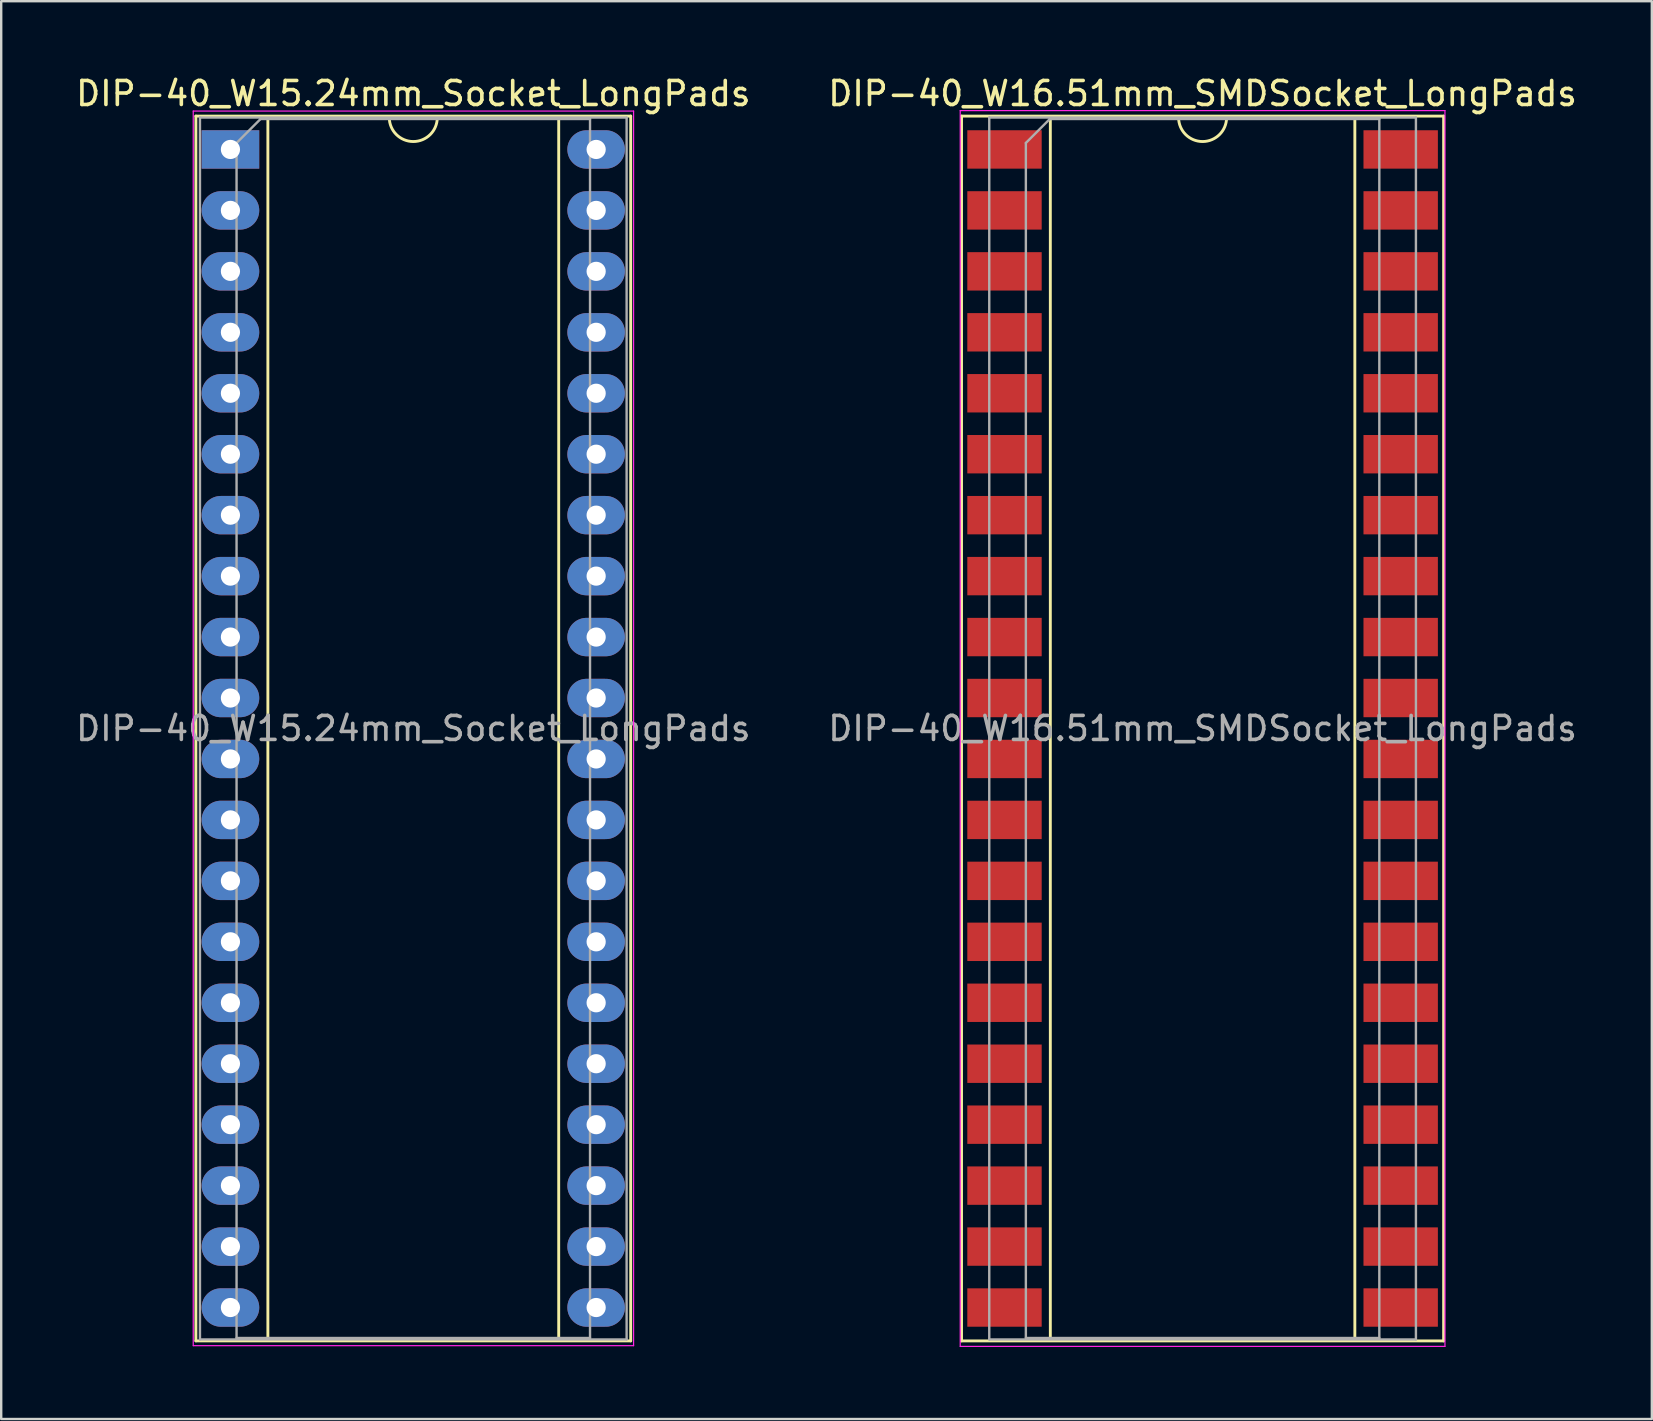
<source format=kicad_pcb>
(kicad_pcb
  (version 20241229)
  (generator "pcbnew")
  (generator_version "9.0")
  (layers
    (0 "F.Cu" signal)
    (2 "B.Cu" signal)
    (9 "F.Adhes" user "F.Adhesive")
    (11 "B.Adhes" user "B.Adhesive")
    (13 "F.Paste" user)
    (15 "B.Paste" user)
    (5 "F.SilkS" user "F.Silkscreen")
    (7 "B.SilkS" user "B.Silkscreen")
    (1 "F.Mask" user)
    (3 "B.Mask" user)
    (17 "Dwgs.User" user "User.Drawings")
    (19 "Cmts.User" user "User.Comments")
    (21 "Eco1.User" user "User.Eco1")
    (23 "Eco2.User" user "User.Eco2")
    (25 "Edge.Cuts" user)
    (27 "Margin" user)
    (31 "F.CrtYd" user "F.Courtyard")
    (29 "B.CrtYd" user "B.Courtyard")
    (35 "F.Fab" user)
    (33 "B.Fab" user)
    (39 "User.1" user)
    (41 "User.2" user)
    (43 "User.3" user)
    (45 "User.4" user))
  (footprint "DIP-40_W16.51mm_SMDSocket_LongPads"
    (layer "F.Cu")
    (at 47.065 27.308)
    (property "Reference" "DIP-40_W16.51mm_SMDSocket_LongPads" (at 0 -26.46 0) (layer "F.SilkS") (effects (font (size 1 1) (thickness 0.15))))
    (attr smd)
    (fp_line (start -10.045 -25.52) (end -10.045 25.52) (stroke (width 0.12) (type solid)) (layer "F.SilkS"))
    (fp_line (start -10.045 25.52) (end 10.045 25.52) (stroke (width 0.12) (type solid)) (layer "F.SilkS"))
    (fp_line (start -6.345 -25.46) (end -6.345 25.46) (stroke (width 0.12) (type solid)) (layer "F.SilkS"))
    (fp_line (start -6.345 25.46) (end 6.345 25.46) (stroke (width 0.12) (type solid)) (layer "F.SilkS"))
    (fp_line (start -1 -25.46) (end -6.345 -25.46) (stroke (width 0.12) (type solid)) (layer "F.SilkS"))
    (fp_line (start 6.345 -25.46) (end 1 -25.46) (stroke (width 0.12) (type solid)) (layer "F.SilkS"))
    (fp_line (start 6.345 25.46) (end 6.345 -25.46) (stroke (width 0.12) (type solid)) (layer "F.SilkS"))
    (fp_line (start 10.045 -25.52) (end -10.045 -25.52) (stroke (width 0.12) (type solid)) (layer "F.SilkS"))
    (fp_line (start 10.045 25.52) (end 10.045 -25.52) (stroke (width 0.12) (type solid)) (layer "F.SilkS"))
    (fp_arc (start 1 -25.46) (mid 0 -24.46) (end -1 -25.46) (stroke (width 0.12) (type solid)) (layer "F.SilkS"))
    (fp_line (start -10.1 -25.75) (end -10.1 25.75) (stroke (width 0.05) (type solid)) (layer "F.CrtYd"))
    (fp_line (start -10.1 25.75) (end 10.1 25.75) (stroke (width 0.05) (type solid)) (layer "F.CrtYd"))
    (fp_line (start 10.1 -25.75) (end -10.1 -25.75) (stroke (width 0.05) (type solid)) (layer "F.CrtYd"))
    (fp_line (start 10.1 25.75) (end 10.1 -25.75) (stroke (width 0.05) (type solid)) (layer "F.CrtYd"))
    (fp_line (start -8.89 -25.46) (end -8.89 25.46) (stroke (width 0.1) (type solid)) (layer "F.Fab"))
    (fp_line (start -8.89 25.46) (end 8.89 25.46) (stroke (width 0.1) (type solid)) (layer "F.Fab"))
    (fp_line (start -7.365 -24.4) (end -6.365 -25.4) (stroke (width 0.1) (type solid)) (layer "F.Fab"))
    (fp_line (start -7.365 25.4) (end -7.365 -24.4) (stroke (width 0.1) (type solid)) (layer "F.Fab"))
    (fp_line (start -6.365 -25.4) (end 7.365 -25.4) (stroke (width 0.1) (type solid)) (layer "F.Fab"))
    (fp_line (start 7.365 -25.4) (end 7.365 25.4) (stroke (width 0.1) (type solid)) (layer "F.Fab"))
    (fp_line (start 7.365 25.4) (end -7.365 25.4) (stroke (width 0.1) (type solid)) (layer "F.Fab"))
    (fp_line (start 8.89 -25.46) (end -8.89 -25.46) (stroke (width 0.1) (type solid)) (layer "F.Fab"))
    (fp_line (start 8.89 25.46) (end 8.89 -25.46) (stroke (width 0.1) (type solid)) (layer "F.Fab"))
    (fp_text user "${REFERENCE}" (at 0 0 0) (layer "F.Fab") (effects (font (size 1 1) (thickness 0.15))))
    (pad "1" smd rect (at -8.255 -24.13) (size 3.1 1.6) (layers "F.Cu" "F.Mask" "F.Paste"))
    (pad "2" smd rect (at -8.255 -21.59) (size 3.1 1.6) (layers "F.Cu" "F.Mask" "F.Paste"))
    (pad "3" smd rect (at -8.255 -19.05) (size 3.1 1.6) (layers "F.Cu" "F.Mask" "F.Paste"))
    (pad "4" smd rect (at -8.255 -16.51) (size 3.1 1.6) (layers "F.Cu" "F.Mask" "F.Paste"))
    (pad "5" smd rect (at -8.255 -13.97) (size 3.1 1.6) (layers "F.Cu" "F.Mask" "F.Paste"))
    (pad "6" smd rect (at -8.255 -11.43) (size 3.1 1.6) (layers "F.Cu" "F.Mask" "F.Paste"))
    (pad "7" smd rect (at -8.255 -8.89) (size 3.1 1.6) (layers "F.Cu" "F.Mask" "F.Paste"))
    (pad "8" smd rect (at -8.255 -6.35) (size 3.1 1.6) (layers "F.Cu" "F.Mask" "F.Paste"))
    (pad "9" smd rect (at -8.255 -3.81) (size 3.1 1.6) (layers "F.Cu" "F.Mask" "F.Paste"))
    (pad "10" smd rect (at -8.255 -1.27) (size 3.1 1.6) (layers "F.Cu" "F.Mask" "F.Paste"))
    (pad "11" smd rect (at -8.255 1.27) (size 3.1 1.6) (layers "F.Cu" "F.Mask" "F.Paste"))
    (pad "12" smd rect (at -8.255 3.81) (size 3.1 1.6) (layers "F.Cu" "F.Mask" "F.Paste"))
    (pad "13" smd rect (at -8.255 6.35) (size 3.1 1.6) (layers "F.Cu" "F.Mask" "F.Paste"))
    (pad "14" smd rect (at -8.255 8.89) (size 3.1 1.6) (layers "F.Cu" "F.Mask" "F.Paste"))
    (pad "15" smd rect (at -8.255 11.43) (size 3.1 1.6) (layers "F.Cu" "F.Mask" "F.Paste"))
    (pad "16" smd rect (at -8.255 13.97) (size 3.1 1.6) (layers "F.Cu" "F.Mask" "F.Paste"))
    (pad "17" smd rect (at -8.255 16.51) (size 3.1 1.6) (layers "F.Cu" "F.Mask" "F.Paste"))
    (pad "18" smd rect (at -8.255 19.05) (size 3.1 1.6) (layers "F.Cu" "F.Mask" "F.Paste"))
    (pad "19" smd rect (at -8.255 21.59) (size 3.1 1.6) (layers "F.Cu" "F.Mask" "F.Paste"))
    (pad "20" smd rect (at -8.255 24.13) (size 3.1 1.6) (layers "F.Cu" "F.Mask" "F.Paste"))
    (pad "21" smd rect (at 8.255 24.13) (size 3.1 1.6) (layers "F.Cu" "F.Mask" "F.Paste"))
    (pad "22" smd rect (at 8.255 21.59) (size 3.1 1.6) (layers "F.Cu" "F.Mask" "F.Paste"))
    (pad "23" smd rect (at 8.255 19.05) (size 3.1 1.6) (layers "F.Cu" "F.Mask" "F.Paste"))
    (pad "24" smd rect (at 8.255 16.51) (size 3.1 1.6) (layers "F.Cu" "F.Mask" "F.Paste"))
    (pad "25" smd rect (at 8.255 13.97) (size 3.1 1.6) (layers "F.Cu" "F.Mask" "F.Paste"))
    (pad "26" smd rect (at 8.255 11.43) (size 3.1 1.6) (layers "F.Cu" "F.Mask" "F.Paste"))
    (pad "27" smd rect (at 8.255 8.89) (size 3.1 1.6) (layers "F.Cu" "F.Mask" "F.Paste"))
    (pad "28" smd rect (at 8.255 6.35) (size 3.1 1.6) (layers "F.Cu" "F.Mask" "F.Paste"))
    (pad "29" smd rect (at 8.255 3.81) (size 3.1 1.6) (layers "F.Cu" "F.Mask" "F.Paste"))
    (pad "30" smd rect (at 8.255 1.27) (size 3.1 1.6) (layers "F.Cu" "F.Mask" "F.Paste"))
    (pad "31" smd rect (at 8.255 -1.27) (size 3.1 1.6) (layers "F.Cu" "F.Mask" "F.Paste"))
    (pad "32" smd rect (at 8.255 -3.81) (size 3.1 1.6) (layers "F.Cu" "F.Mask" "F.Paste"))
    (pad "33" smd rect (at 8.255 -6.35) (size 3.1 1.6) (layers "F.Cu" "F.Mask" "F.Paste"))
    (pad "34" smd rect (at 8.255 -8.89) (size 3.1 1.6) (layers "F.Cu" "F.Mask" "F.Paste"))
    (pad "35" smd rect (at 8.255 -11.43) (size 3.1 1.6) (layers "F.Cu" "F.Mask" "F.Paste"))
    (pad "36" smd rect (at 8.255 -13.97) (size 3.1 1.6) (layers "F.Cu" "F.Mask" "F.Paste"))
    (pad "37" smd rect (at 8.255 -16.51) (size 3.1 1.6) (layers "F.Cu" "F.Mask" "F.Paste"))
    (pad "38" smd rect (at 8.255 -19.05) (size 3.1 1.6) (layers "F.Cu" "F.Mask" "F.Paste"))
    (pad "39" smd rect (at 8.255 -21.59) (size 3.1 1.6) (layers "F.Cu" "F.Mask" "F.Paste"))
    (pad "40" smd rect (at 8.255 -24.13) (size 3.1 1.6) (layers "F.Cu" "F.Mask" "F.Paste")))
  (footprint "DIP-40_W15.24mm_Socket_LongPads"
    (layer "F.Cu")
    (at 6.553 3.178)
    (property "Reference" "DIP-40_W15.24mm_Socket_LongPads" (at 7.62 -2.33 0) (layer "F.SilkS") (effects (font (size 1 1) (thickness 0.15))))
    (attr through_hole)
    (fp_line (start -1.44 -1.39) (end -1.44 49.65) (stroke (width 0.12) (type solid)) (layer "F.SilkS"))
    (fp_line (start -1.44 49.65) (end 16.68 49.65) (stroke (width 0.12) (type solid)) (layer "F.SilkS"))
    (fp_line (start 1.56 -1.33) (end 1.56 49.59) (stroke (width 0.12) (type solid)) (layer "F.SilkS"))
    (fp_line (start 1.56 49.59) (end 13.68 49.59) (stroke (width 0.12) (type solid)) (layer "F.SilkS"))
    (fp_line (start 6.62 -1.33) (end 1.56 -1.33) (stroke (width 0.12) (type solid)) (layer "F.SilkS"))
    (fp_line (start 13.68 -1.33) (end 8.62 -1.33) (stroke (width 0.12) (type solid)) (layer "F.SilkS"))
    (fp_line (start 13.68 49.59) (end 13.68 -1.33) (stroke (width 0.12) (type solid)) (layer "F.SilkS"))
    (fp_line (start 16.68 -1.39) (end -1.44 -1.39) (stroke (width 0.12) (type solid)) (layer "F.SilkS"))
    (fp_line (start 16.68 49.65) (end 16.68 -1.39) (stroke (width 0.12) (type solid)) (layer "F.SilkS"))
    (fp_arc (start 8.62 -1.33) (mid 7.62 -0.33) (end 6.62 -1.33) (stroke (width 0.12) (type solid)) (layer "F.SilkS"))
    (fp_line (start -1.55 -1.6) (end -1.55 49.85) (stroke (width 0.05) (type solid)) (layer "F.CrtYd"))
    (fp_line (start -1.55 49.85) (end 16.8 49.85) (stroke (width 0.05) (type solid)) (layer "F.CrtYd"))
    (fp_line (start 16.8 -1.6) (end -1.55 -1.6) (stroke (width 0.05) (type solid)) (layer "F.CrtYd"))
    (fp_line (start 16.8 49.85) (end 16.8 -1.6) (stroke (width 0.05) (type solid)) (layer "F.CrtYd"))
    (fp_line (start -1.27 -1.33) (end -1.27 49.59) (stroke (width 0.1) (type solid)) (layer "F.Fab"))
    (fp_line (start -1.27 49.59) (end 16.51 49.59) (stroke (width 0.1) (type solid)) (layer "F.Fab"))
    (fp_line (start 0.255 -0.27) (end 1.255 -1.27) (stroke (width 0.1) (type solid)) (layer "F.Fab"))
    (fp_line (start 0.255 49.53) (end 0.255 -0.27) (stroke (width 0.1) (type solid)) (layer "F.Fab"))
    (fp_line (start 1.255 -1.27) (end 14.985 -1.27) (stroke (width 0.1) (type solid)) (layer "F.Fab"))
    (fp_line (start 14.985 -1.27) (end 14.985 49.53) (stroke (width 0.1) (type solid)) (layer "F.Fab"))
    (fp_line (start 14.985 49.53) (end 0.255 49.53) (stroke (width 0.1) (type solid)) (layer "F.Fab"))
    (fp_line (start 16.51 -1.33) (end -1.27 -1.33) (stroke (width 0.1) (type solid)) (layer "F.Fab"))
    (fp_line (start 16.51 49.59) (end 16.51 -1.33) (stroke (width 0.1) (type solid)) (layer "F.Fab"))
    (fp_text user "${REFERENCE}" (at 7.62 24.13 0) (layer "F.Fab") (effects (font (size 1 1) (thickness 0.15))))
    (pad "1" thru_hole rect (at 0 0) (size 2.4 1.6) (drill 0.8) (layers "*.Cu" "*.Mask"))
    (pad "2" thru_hole oval (at 0 2.54) (size 2.4 1.6) (drill 0.8) (layers "*.Cu" "*.Mask"))
    (pad "3" thru_hole oval (at 0 5.08) (size 2.4 1.6) (drill 0.8) (layers "*.Cu" "*.Mask"))
    (pad "4" thru_hole oval (at 0 7.62) (size 2.4 1.6) (drill 0.8) (layers "*.Cu" "*.Mask"))
    (pad "5" thru_hole oval (at 0 10.16) (size 2.4 1.6) (drill 0.8) (layers "*.Cu" "*.Mask"))
    (pad "6" thru_hole oval (at 0 12.7) (size 2.4 1.6) (drill 0.8) (layers "*.Cu" "*.Mask"))
    (pad "7" thru_hole oval (at 0 15.24) (size 2.4 1.6) (drill 0.8) (layers "*.Cu" "*.Mask"))
    (pad "8" thru_hole oval (at 0 17.78) (size 2.4 1.6) (drill 0.8) (layers "*.Cu" "*.Mask"))
    (pad "9" thru_hole oval (at 0 20.32) (size 2.4 1.6) (drill 0.8) (layers "*.Cu" "*.Mask"))
    (pad "10" thru_hole oval (at 0 22.86) (size 2.4 1.6) (drill 0.8) (layers "*.Cu" "*.Mask"))
    (pad "11" thru_hole oval (at 0 25.4) (size 2.4 1.6) (drill 0.8) (layers "*.Cu" "*.Mask"))
    (pad "12" thru_hole oval (at 0 27.94) (size 2.4 1.6) (drill 0.8) (layers "*.Cu" "*.Mask"))
    (pad "13" thru_hole oval (at 0 30.48) (size 2.4 1.6) (drill 0.8) (layers "*.Cu" "*.Mask"))
    (pad "14" thru_hole oval (at 0 33.02) (size 2.4 1.6) (drill 0.8) (layers "*.Cu" "*.Mask"))
    (pad "15" thru_hole oval (at 0 35.56) (size 2.4 1.6) (drill 0.8) (layers "*.Cu" "*.Mask"))
    (pad "16" thru_hole oval (at 0 38.1) (size 2.4 1.6) (drill 0.8) (layers "*.Cu" "*.Mask"))
    (pad "17" thru_hole oval (at 0 40.64) (size 2.4 1.6) (drill 0.8) (layers "*.Cu" "*.Mask"))
    (pad "18" thru_hole oval (at 0 43.18) (size 2.4 1.6) (drill 0.8) (layers "*.Cu" "*.Mask"))
    (pad "19" thru_hole oval (at 0 45.72) (size 2.4 1.6) (drill 0.8) (layers "*.Cu" "*.Mask"))
    (pad "20" thru_hole oval (at 0 48.26) (size 2.4 1.6) (drill 0.8) (layers "*.Cu" "*.Mask"))
    (pad "21" thru_hole oval (at 15.24 48.26) (size 2.4 1.6) (drill 0.8) (layers "*.Cu" "*.Mask"))
    (pad "22" thru_hole oval (at 15.24 45.72) (size 2.4 1.6) (drill 0.8) (layers "*.Cu" "*.Mask"))
    (pad "23" thru_hole oval (at 15.24 43.18) (size 2.4 1.6) (drill 0.8) (layers "*.Cu" "*.Mask"))
    (pad "24" thru_hole oval (at 15.24 40.64) (size 2.4 1.6) (drill 0.8) (layers "*.Cu" "*.Mask"))
    (pad "25" thru_hole oval (at 15.24 38.1) (size 2.4 1.6) (drill 0.8) (layers "*.Cu" "*.Mask"))
    (pad "26" thru_hole oval (at 15.24 35.56) (size 2.4 1.6) (drill 0.8) (layers "*.Cu" "*.Mask"))
    (pad "27" thru_hole oval (at 15.24 33.02) (size 2.4 1.6) (drill 0.8) (layers "*.Cu" "*.Mask"))
    (pad "28" thru_hole oval (at 15.24 30.48) (size 2.4 1.6) (drill 0.8) (layers "*.Cu" "*.Mask"))
    (pad "29" thru_hole oval (at 15.24 27.94) (size 2.4 1.6) (drill 0.8) (layers "*.Cu" "*.Mask"))
    (pad "30" thru_hole oval (at 15.24 25.4) (size 2.4 1.6) (drill 0.8) (layers "*.Cu" "*.Mask"))
    (pad "31" thru_hole oval (at 15.24 22.86) (size 2.4 1.6) (drill 0.8) (layers "*.Cu" "*.Mask"))
    (pad "32" thru_hole oval (at 15.24 20.32) (size 2.4 1.6) (drill 0.8) (layers "*.Cu" "*.Mask"))
    (pad "33" thru_hole oval (at 15.24 17.78) (size 2.4 1.6) (drill 0.8) (layers "*.Cu" "*.Mask"))
    (pad "34" thru_hole oval (at 15.24 15.24) (size 2.4 1.6) (drill 0.8) (layers "*.Cu" "*.Mask"))
    (pad "35" thru_hole oval (at 15.24 12.7) (size 2.4 1.6) (drill 0.8) (layers "*.Cu" "*.Mask"))
    (pad "36" thru_hole oval (at 15.24 10.16) (size 2.4 1.6) (drill 0.8) (layers "*.Cu" "*.Mask"))
    (pad "37" thru_hole oval (at 15.24 7.62) (size 2.4 1.6) (drill 0.8) (layers "*.Cu" "*.Mask"))
    (pad "38" thru_hole oval (at 15.24 5.08) (size 2.4 1.6) (drill 0.8) (layers "*.Cu" "*.Mask"))
    (pad "39" thru_hole oval (at 15.24 2.54) (size 2.4 1.6) (drill 0.8) (layers "*.Cu" "*.Mask"))
    (pad "40" thru_hole oval (at 15.24 0) (size 2.4 1.6) (drill 0.8) (layers "*.Cu" "*.Mask")))
  (gr_rect
    (start -3 -3)
    (end 65.786 56.083)
    (stroke (width 0.1) (type default))
    (fill no)
    (layer "Edge.Cuts")))
</source>
